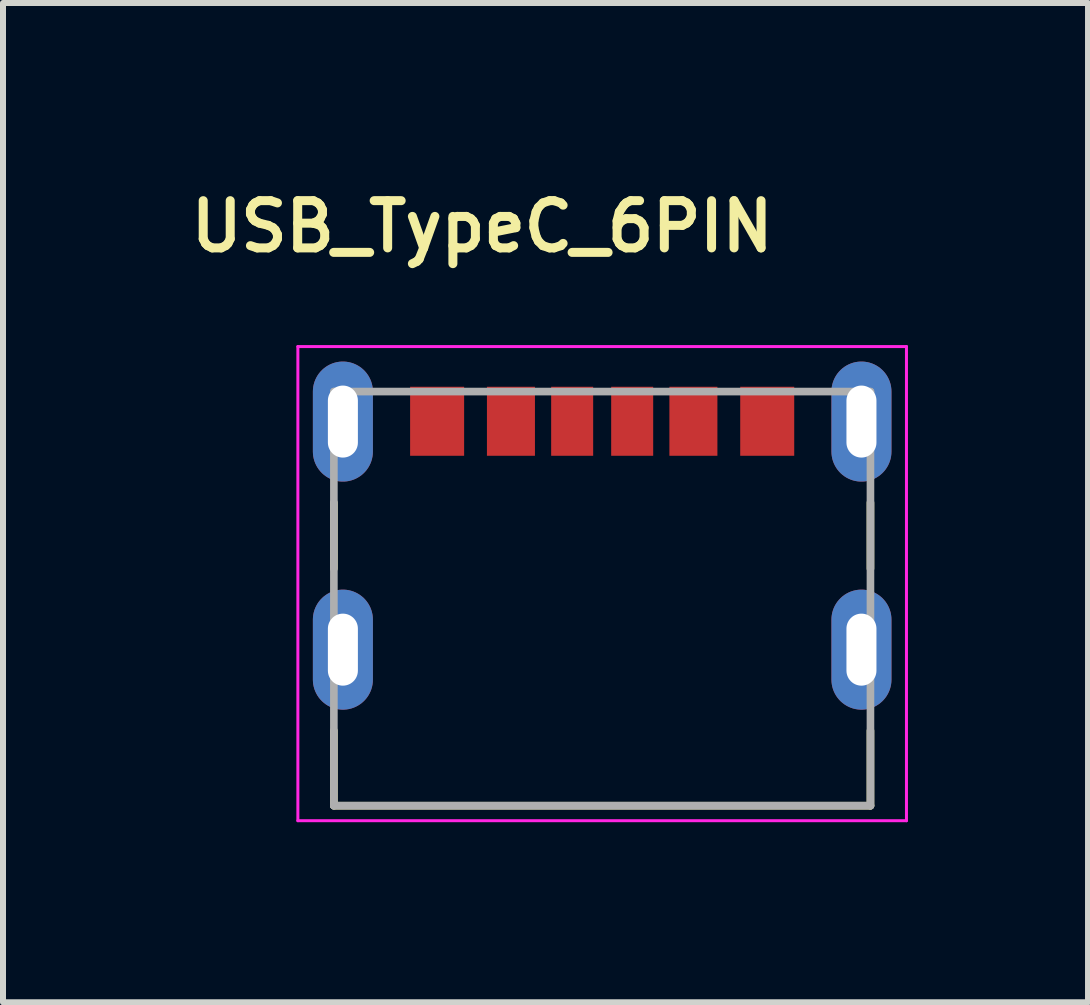
<source format=kicad_pcb>
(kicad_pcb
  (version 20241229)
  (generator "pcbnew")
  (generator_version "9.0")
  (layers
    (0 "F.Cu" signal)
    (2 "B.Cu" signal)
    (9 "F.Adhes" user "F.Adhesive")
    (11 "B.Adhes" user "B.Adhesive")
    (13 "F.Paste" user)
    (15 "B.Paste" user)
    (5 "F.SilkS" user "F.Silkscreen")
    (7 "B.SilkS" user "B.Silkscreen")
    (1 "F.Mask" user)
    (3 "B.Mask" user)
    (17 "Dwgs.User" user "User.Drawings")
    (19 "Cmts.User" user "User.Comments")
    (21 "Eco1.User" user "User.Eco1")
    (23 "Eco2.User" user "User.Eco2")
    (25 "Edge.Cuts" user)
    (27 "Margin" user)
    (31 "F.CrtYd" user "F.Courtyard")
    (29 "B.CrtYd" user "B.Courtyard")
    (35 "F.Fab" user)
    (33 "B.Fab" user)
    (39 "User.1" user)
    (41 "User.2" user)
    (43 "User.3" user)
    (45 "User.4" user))
  (footprint "USB_TypeC_6PIN"
    (layer "F.Cu")
    (at 6.983 3.974)
    (property "Reference" "USB_TypeC_6PIN" (at -2 -3.25 0) (layer "F.SilkS") (effects (font (size 0.787 0.787) (thickness 0.15))))
    (attr through_hole)
    (fp_line (start -4.47 2.45) (end -4.47 1.35) (stroke (width 0.127) (type solid)) (layer "F.SilkS"))
    (fp_line (start -4.47 6.4) (end -4.47 5.15) (stroke (width 0.127) (type solid)) (layer "F.SilkS"))
    (fp_line (start -4.47 6.4) (end 4.47 6.4) (stroke (width 0.127) (type solid)) (layer "F.SilkS"))
    (fp_line (start 4.47 2.45) (end 4.47 1.35) (stroke (width 0.127) (type solid)) (layer "F.SilkS"))
    (fp_line (start 4.47 6.4) (end 4.47 5.15) (stroke (width 0.127) (type solid)) (layer "F.SilkS"))
    (fp_line (start -5.07 -1.25) (end -5.07 6.65) (stroke (width 0.05) (type solid)) (layer "F.CrtYd"))
    (fp_line (start -5.07 6.65) (end 5.07 6.65) (stroke (width 0.05) (type solid)) (layer "F.CrtYd"))
    (fp_line (start 5.07 -1.25) (end -5.07 -1.25) (stroke (width 0.05) (type solid)) (layer "F.CrtYd"))
    (fp_line (start 5.07 6.65) (end 5.07 -1.25) (stroke (width 0.05) (type solid)) (layer "F.CrtYd"))
    (fp_line (start -4.47 -0.5) (end -4.47 6.4) (stroke (width 0.127) (type solid)) (layer "F.Fab"))
    (fp_line (start -4.47 6.4) (end 4.47 6.4) (stroke (width 0.127) (type solid)) (layer "F.Fab"))
    (fp_line (start 4.47 -0.5) (end -4.47 -0.5) (stroke (width 0.127) (type solid)) (layer "F.Fab"))
    (fp_line (start 4.47 6.4) (end 4.47 -0.5) (stroke (width 0.127) (type solid)) (layer "F.Fab"))
    (pad "A5" smd rect (at -0.5 -0.005 90) (size 1.15 0.7) (layers "F.Cu" "F.Mask" "F.Paste"))
    (pad "A9" smd rect (at 1.52 -0.005 90) (size 1.15 0.8) (layers "F.Cu" "F.Mask" "F.Paste"))
    (pad "A12" smd rect (at 2.75 -0.005 90) (size 1.15 0.9) (layers "F.Cu" "F.Mask" "F.Paste"))
    (pad "B5" smd rect (at 0.5 -0.005 90) (size 1.15 0.7) (layers "F.Cu" "F.Mask" "F.Paste"))
    (pad "B9" smd rect (at -1.52 -0.005 90) (size 1.15 0.8) (layers "F.Cu" "F.Mask" "F.Paste"))
    (pad "B12" smd rect (at -2.75 -0.005 90) (size 1.15 0.9) (layers "F.Cu" "F.Mask" "F.Paste"))
    (pad "S1" thru_hole oval (at -4.32 0) (size 1 2) (drill oval 0.5 1.2) (layers "*.Cu" "*.Mask"))
    (pad "S2" thru_hole oval (at 4.32 0) (size 1 2) (drill oval 0.5 1.2) (layers "*.Cu" "*.Mask"))
    (pad "S3" thru_hole oval (at -4.32 3.8) (size 1 2) (drill oval 0.5 1.2) (layers "*.Cu" "*.Mask"))
    (pad "S4" thru_hole oval (at 4.32 3.8) (size 1 2) (drill oval 0.5 1.2) (layers "*.Cu" "*.Mask")))
  (gr_rect
    (start -3 -3)
    (end 15.078 13.649)
    (stroke (width 0.1) (type default))
    (fill no)
    (layer "Edge.Cuts")))
</source>
